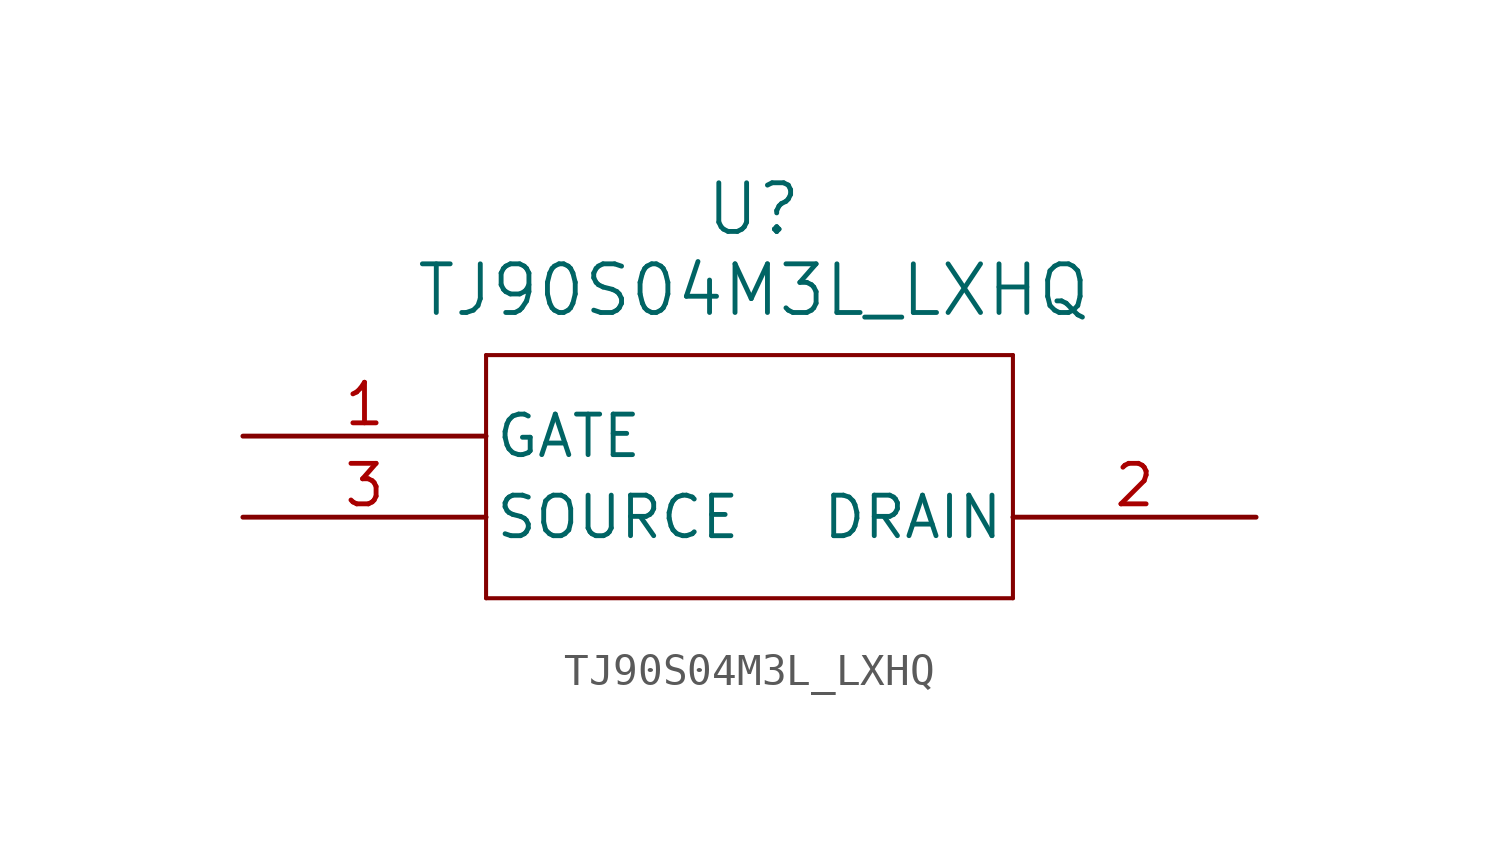
<source format=kicad_sym>
(kicad_symbol_lib
  (version 20241209)
  (generator "kicad_symbol_editor")
  (generator_version "9.0")
  (symbol "TJ90S04M3L_LXHQ"
    (pin_names
      (offset 0.254))
    (property "Reference" "U"
      (at 17.272 5.842 0)
      (effects (font (size 1.524 1.524))))
    (property "Value" "TJ90S04M3L_LXHQ"
      (at 17.272 3.302 0)
      (effects (font (size 1.524 1.524))))
    (property "ki_locked" ""
      (at 0 0 0)
      (effects (font (size 1.27 1.27))))
    (symbol "TJ90S04M3L_LXHQ_0_1"
      (polyline (pts (xy 8.89 1.27) (xy 8.89 -6.35)) (stroke (width 0.127) (type default)) (fill (type none)))
      (polyline (pts (xy 8.89 -6.35) (xy 25.4 -6.35)) (stroke (width 0.127) (type default)) (fill (type none)))
      (polyline (pts (xy 25.4 1.27) (xy 8.89 1.27)) (stroke (width 0.127) (type default)) (fill (type none)))
      (polyline (pts (xy 25.4 -6.35) (xy 25.4 1.27)) (stroke (width 0.127) (type default)) (fill (type none)))
      (pin unspecified line (at 1.27 -1.27 0) (length 7.62) (name "GATE" (effects (font (size 1.27 1.27)))) (number "1" (effects (font (size 1.27 1.27)))))
      (pin unspecified line (at 1.27 -3.81 0) (length 7.62) (name "SOURCE" (effects (font (size 1.27 1.27)))) (number "3" (effects (font (size 1.27 1.27)))))
      (pin unspecified line (at 33.02 -3.81 180) (length 7.62) (name "DRAIN" (effects (font (size 1.27 1.27)))) (number "2" (effects (font (size 1.27 1.27))))))))
</source>
